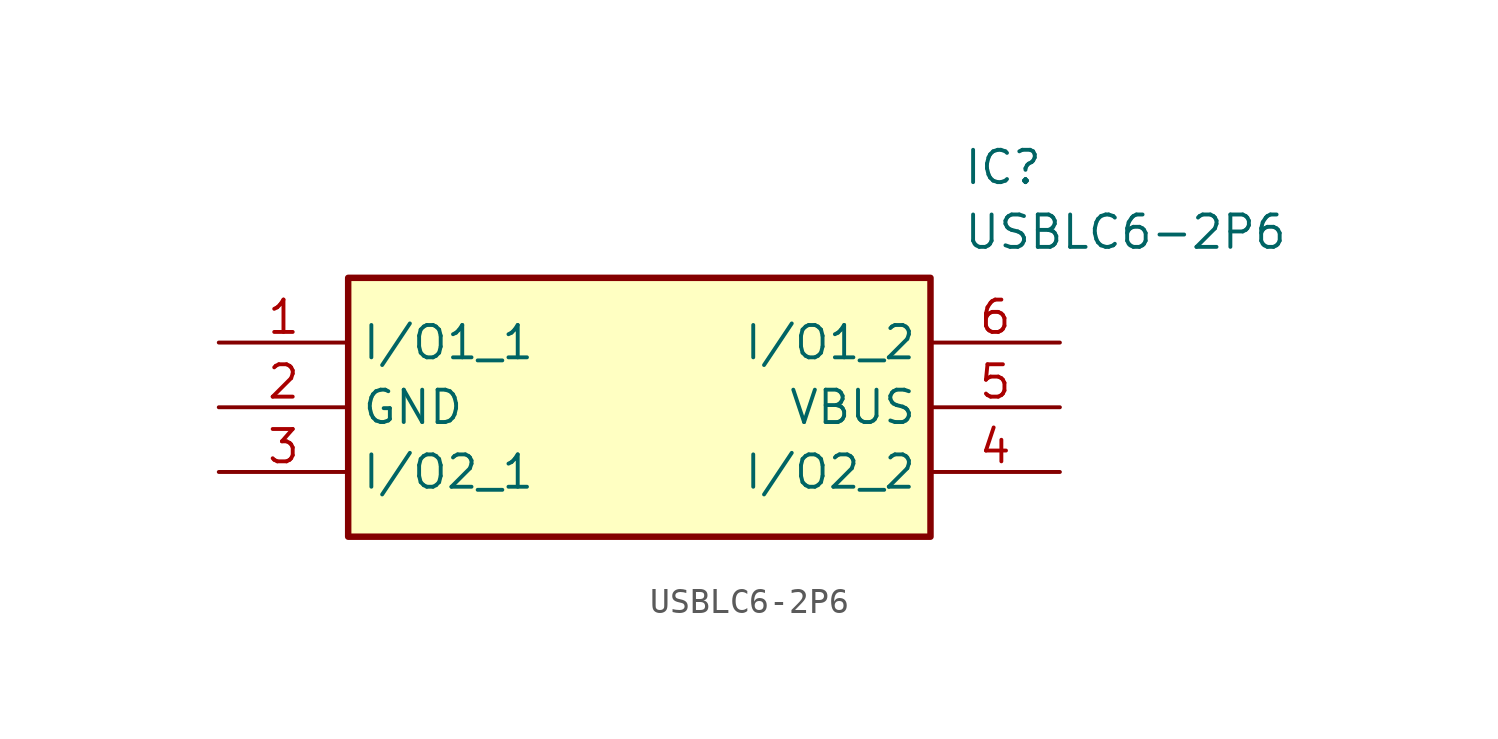
<source format=kicad_sym>
(kicad_symbol_lib
  (version 20211014)
  (generator SamacSys_ECAD_Model)
  (symbol "USBLC6-2P6"
    (property "Reference" "IC"
      (at 29.21 7.62 0)
      (effects (font (size 1.27 1.27)) (justify left top)))
    (property "Value" "USBLC6-2P6"
      (at 29.21 5.08 0)
      (effects (font (size 1.27 1.27)) (justify left top)))
    (rectangle
      (start 5.08 2.54)
      (end 27.94 -7.62)
      (stroke (width 0.254) (type default))
      (fill (type background)))
    (pin passive line
      (at 0 0 0)
      (length 5.08)
      (name "I/O1_1" (effects (font (size 1.27 1.27))))
      (number "1" (effects (font (size 1.27 1.27)))))
    (pin passive line
      (at 0 -2.54 0)
      (length 5.08)
      (name "GND" (effects (font (size 1.27 1.27))))
      (number "2" (effects (font (size 1.27 1.27)))))
    (pin passive line
      (at 0 -5.08 0)
      (length 5.08)
      (name "I/O2_1" (effects (font (size 1.27 1.27))))
      (number "3" (effects (font (size 1.27 1.27)))))
    (pin passive line
      (at 33.02 -5.08 180)
      (length 5.08)
      (name "I/O2_2" (effects (font (size 1.27 1.27))))
      (number "4" (effects (font (size 1.27 1.27)))))
    (pin passive line
      (at 33.02 -2.54 180)
      (length 5.08)
      (name "VBUS" (effects (font (size 1.27 1.27))))
      (number "5" (effects (font (size 1.27 1.27)))))
    (pin passive line
      (at 33.02 0 180)
      (length 5.08)
      (name "I/O1_2" (effects (font (size 1.27 1.27))))
      (number "6" (effects (font (size 1.27 1.27)))))))
</source>
